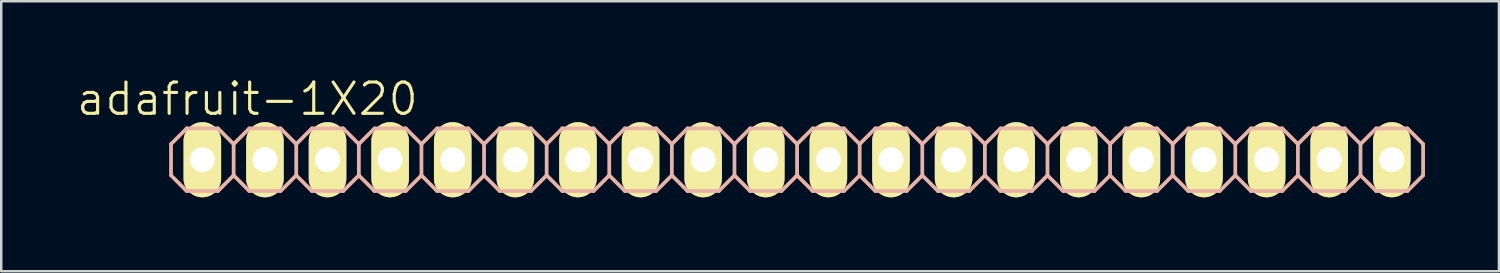
<source format=kicad_pcb>
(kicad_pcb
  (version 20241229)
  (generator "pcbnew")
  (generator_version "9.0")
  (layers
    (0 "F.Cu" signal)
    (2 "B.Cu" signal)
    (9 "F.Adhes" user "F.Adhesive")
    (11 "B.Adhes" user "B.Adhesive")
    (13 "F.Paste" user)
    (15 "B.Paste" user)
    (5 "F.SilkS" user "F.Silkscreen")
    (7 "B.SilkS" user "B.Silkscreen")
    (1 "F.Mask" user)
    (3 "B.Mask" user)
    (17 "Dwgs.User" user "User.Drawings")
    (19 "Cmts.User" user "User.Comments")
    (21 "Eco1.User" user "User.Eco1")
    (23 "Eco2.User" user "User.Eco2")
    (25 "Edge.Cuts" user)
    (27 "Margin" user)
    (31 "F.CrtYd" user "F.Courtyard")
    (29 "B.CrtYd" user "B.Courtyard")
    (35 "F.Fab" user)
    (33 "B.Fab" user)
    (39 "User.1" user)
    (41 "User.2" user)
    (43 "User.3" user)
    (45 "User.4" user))
  (footprint "adafruit-1X20"
    (layer "F.Cu")
    (at 29.289 3.43)
    (property "Reference" "adafruit-1X20" (at -22.301 -2.464 0) (layer "F.SilkS") (effects (font (size 1.27 1.27) (thickness 0.127))))
    (attr exclude_from_pos_files exclude_from_bom)
    (fp_line (start -24.384 -0.254) (end -23.876 -0.254) (stroke (width 0.066) (type solid)) (layer "F.SilkS"))
    (fp_line (start -24.384 0.254) (end -24.384 -0.254) (stroke (width 0.066) (type solid)) (layer "F.SilkS"))
    (fp_line (start -24.384 0.254) (end -23.876 0.254) (stroke (width 0.066) (type solid)) (layer "F.SilkS"))
    (fp_line (start -23.876 0.254) (end -23.876 -0.254) (stroke (width 0.066) (type solid)) (layer "F.SilkS"))
    (fp_line (start -21.844 -0.254) (end -21.336 -0.254) (stroke (width 0.066) (type solid)) (layer "F.SilkS"))
    (fp_line (start -21.844 0.254) (end -21.844 -0.254) (stroke (width 0.066) (type solid)) (layer "F.SilkS"))
    (fp_line (start -21.844 0.254) (end -21.336 0.254) (stroke (width 0.066) (type solid)) (layer "F.SilkS"))
    (fp_line (start -21.336 0.254) (end -21.336 -0.254) (stroke (width 0.066) (type solid)) (layer "F.SilkS"))
    (fp_line (start -19.304 -0.254) (end -18.796 -0.254) (stroke (width 0.066) (type solid)) (layer "F.SilkS"))
    (fp_line (start -19.304 0.254) (end -19.304 -0.254) (stroke (width 0.066) (type solid)) (layer "F.SilkS"))
    (fp_line (start -19.304 0.254) (end -18.796 0.254) (stroke (width 0.066) (type solid)) (layer "F.SilkS"))
    (fp_line (start -18.796 0.254) (end -18.796 -0.254) (stroke (width 0.066) (type solid)) (layer "F.SilkS"))
    (fp_line (start -16.764 -0.254) (end -16.256 -0.254) (stroke (width 0.066) (type solid)) (layer "F.SilkS"))
    (fp_line (start -16.764 0.254) (end -16.764 -0.254) (stroke (width 0.066) (type solid)) (layer "F.SilkS"))
    (fp_line (start -16.764 0.254) (end -16.256 0.254) (stroke (width 0.066) (type solid)) (layer "F.SilkS"))
    (fp_line (start -16.256 0.254) (end -16.256 -0.254) (stroke (width 0.066) (type solid)) (layer "F.SilkS"))
    (fp_line (start -14.224 -0.254) (end -13.716 -0.254) (stroke (width 0.066) (type solid)) (layer "F.SilkS"))
    (fp_line (start -14.224 0.254) (end -14.224 -0.254) (stroke (width 0.066) (type solid)) (layer "F.SilkS"))
    (fp_line (start -14.224 0.254) (end -13.716 0.254) (stroke (width 0.066) (type solid)) (layer "F.SilkS"))
    (fp_line (start -13.716 0.254) (end -13.716 -0.254) (stroke (width 0.066) (type solid)) (layer "F.SilkS"))
    (fp_line (start -11.684 -0.254) (end -11.176 -0.254) (stroke (width 0.066) (type solid)) (layer "F.SilkS"))
    (fp_line (start -11.684 0.254) (end -11.684 -0.254) (stroke (width 0.066) (type solid)) (layer "F.SilkS"))
    (fp_line (start -11.684 0.254) (end -11.176 0.254) (stroke (width 0.066) (type solid)) (layer "F.SilkS"))
    (fp_line (start -11.176 0.254) (end -11.176 -0.254) (stroke (width 0.066) (type solid)) (layer "F.SilkS"))
    (fp_line (start -9.144 -0.254) (end -8.636 -0.254) (stroke (width 0.066) (type solid)) (layer "F.SilkS"))
    (fp_line (start -9.144 0.254) (end -9.144 -0.254) (stroke (width 0.066) (type solid)) (layer "F.SilkS"))
    (fp_line (start -9.144 0.254) (end -8.636 0.254) (stroke (width 0.066) (type solid)) (layer "F.SilkS"))
    (fp_line (start -8.636 0.254) (end -8.636 -0.254) (stroke (width 0.066) (type solid)) (layer "F.SilkS"))
    (fp_line (start -6.604 -0.254) (end -6.096 -0.254) (stroke (width 0.066) (type solid)) (layer "F.SilkS"))
    (fp_line (start -6.604 0.254) (end -6.604 -0.254) (stroke (width 0.066) (type solid)) (layer "F.SilkS"))
    (fp_line (start -6.604 0.254) (end -6.096 0.254) (stroke (width 0.066) (type solid)) (layer "F.SilkS"))
    (fp_line (start -6.096 0.254) (end -6.096 -0.254) (stroke (width 0.066) (type solid)) (layer "F.SilkS"))
    (fp_line (start -4.064 -0.254) (end -3.556 -0.254) (stroke (width 0.066) (type solid)) (layer "F.SilkS"))
    (fp_line (start -4.064 0.254) (end -4.064 -0.254) (stroke (width 0.066) (type solid)) (layer "F.SilkS"))
    (fp_line (start -4.064 0.254) (end -3.556 0.254) (stroke (width 0.066) (type solid)) (layer "F.SilkS"))
    (fp_line (start -3.556 0.254) (end -3.556 -0.254) (stroke (width 0.066) (type solid)) (layer "F.SilkS"))
    (fp_line (start -1.524 -0.254) (end -1.016 -0.254) (stroke (width 0.066) (type solid)) (layer "F.SilkS"))
    (fp_line (start -1.524 0.254) (end -1.524 -0.254) (stroke (width 0.066) (type solid)) (layer "F.SilkS"))
    (fp_line (start -1.524 0.254) (end -1.016 0.254) (stroke (width 0.066) (type solid)) (layer "F.SilkS"))
    (fp_line (start -1.016 0.254) (end -1.016 -0.254) (stroke (width 0.066) (type solid)) (layer "F.SilkS"))
    (fp_line (start 1.016 -0.254) (end 1.524 -0.254) (stroke (width 0.066) (type solid)) (layer "F.SilkS"))
    (fp_line (start 1.016 0.254) (end 1.016 -0.254) (stroke (width 0.066) (type solid)) (layer "F.SilkS"))
    (fp_line (start 1.016 0.254) (end 1.524 0.254) (stroke (width 0.066) (type solid)) (layer "F.SilkS"))
    (fp_line (start 1.524 0.254) (end 1.524 -0.254) (stroke (width 0.066) (type solid)) (layer "F.SilkS"))
    (fp_line (start 3.556 -0.254) (end 4.064 -0.254) (stroke (width 0.066) (type solid)) (layer "F.SilkS"))
    (fp_line (start 3.556 0.254) (end 3.556 -0.254) (stroke (width 0.066) (type solid)) (layer "F.SilkS"))
    (fp_line (start 3.556 0.254) (end 4.064 0.254) (stroke (width 0.066) (type solid)) (layer "F.SilkS"))
    (fp_line (start 4.064 0.254) (end 4.064 -0.254) (stroke (width 0.066) (type solid)) (layer "F.SilkS"))
    (fp_line (start 6.096 -0.254) (end 6.604 -0.254) (stroke (width 0.066) (type solid)) (layer "F.SilkS"))
    (fp_line (start 6.096 0.254) (end 6.096 -0.254) (stroke (width 0.066) (type solid)) (layer "F.SilkS"))
    (fp_line (start 6.096 0.254) (end 6.604 0.254) (stroke (width 0.066) (type solid)) (layer "F.SilkS"))
    (fp_line (start 6.604 0.254) (end 6.604 -0.254) (stroke (width 0.066) (type solid)) (layer "F.SilkS"))
    (fp_line (start 8.636 -0.254) (end 9.144 -0.254) (stroke (width 0.066) (type solid)) (layer "F.SilkS"))
    (fp_line (start 8.636 0.254) (end 8.636 -0.254) (stroke (width 0.066) (type solid)) (layer "F.SilkS"))
    (fp_line (start 8.636 0.254) (end 9.144 0.254) (stroke (width 0.066) (type solid)) (layer "F.SilkS"))
    (fp_line (start 9.144 0.254) (end 9.144 -0.254) (stroke (width 0.066) (type solid)) (layer "F.SilkS"))
    (fp_line (start 11.176 -0.254) (end 11.684 -0.254) (stroke (width 0.066) (type solid)) (layer "F.SilkS"))
    (fp_line (start 11.176 0.254) (end 11.176 -0.254) (stroke (width 0.066) (type solid)) (layer "F.SilkS"))
    (fp_line (start 11.176 0.254) (end 11.684 0.254) (stroke (width 0.066) (type solid)) (layer "F.SilkS"))
    (fp_line (start 11.684 0.254) (end 11.684 -0.254) (stroke (width 0.066) (type solid)) (layer "F.SilkS"))
    (fp_line (start 13.716 -0.254) (end 14.224 -0.254) (stroke (width 0.066) (type solid)) (layer "F.SilkS"))
    (fp_line (start 13.716 0.254) (end 13.716 -0.254) (stroke (width 0.066) (type solid)) (layer "F.SilkS"))
    (fp_line (start 13.716 0.254) (end 14.224 0.254) (stroke (width 0.066) (type solid)) (layer "F.SilkS"))
    (fp_line (start 14.224 0.254) (end 14.224 -0.254) (stroke (width 0.066) (type solid)) (layer "F.SilkS"))
    (fp_line (start 16.256 -0.254) (end 16.764 -0.254) (stroke (width 0.066) (type solid)) (layer "F.SilkS"))
    (fp_line (start 16.256 0.254) (end 16.256 -0.254) (stroke (width 0.066) (type solid)) (layer "F.SilkS"))
    (fp_line (start 16.256 0.254) (end 16.764 0.254) (stroke (width 0.066) (type solid)) (layer "F.SilkS"))
    (fp_line (start 16.764 0.254) (end 16.764 -0.254) (stroke (width 0.066) (type solid)) (layer "F.SilkS"))
    (fp_line (start 18.796 -0.254) (end 19.304 -0.254) (stroke (width 0.066) (type solid)) (layer "F.SilkS"))
    (fp_line (start 18.796 0.254) (end 18.796 -0.254) (stroke (width 0.066) (type solid)) (layer "F.SilkS"))
    (fp_line (start 18.796 0.254) (end 19.304 0.254) (stroke (width 0.066) (type solid)) (layer "F.SilkS"))
    (fp_line (start 19.304 0.254) (end 19.304 -0.254) (stroke (width 0.066) (type solid)) (layer "F.SilkS"))
    (fp_line (start 21.336 -0.254) (end 21.844 -0.254) (stroke (width 0.066) (type solid)) (layer "F.SilkS"))
    (fp_line (start 21.336 0.254) (end 21.336 -0.254) (stroke (width 0.066) (type solid)) (layer "F.SilkS"))
    (fp_line (start 21.336 0.254) (end 21.844 0.254) (stroke (width 0.066) (type solid)) (layer "F.SilkS"))
    (fp_line (start 21.844 0.254) (end 21.844 -0.254) (stroke (width 0.066) (type solid)) (layer "F.SilkS"))
    (fp_line (start 23.876 -0.254) (end 24.384 -0.254) (stroke (width 0.066) (type solid)) (layer "F.SilkS"))
    (fp_line (start 23.876 0.254) (end 23.876 -0.254) (stroke (width 0.066) (type solid)) (layer "F.SilkS"))
    (fp_line (start 23.876 0.254) (end 24.384 0.254) (stroke (width 0.066) (type solid)) (layer "F.SilkS"))
    (fp_line (start 24.384 0.254) (end 24.384 -0.254) (stroke (width 0.066) (type solid)) (layer "F.SilkS"))
    (fp_line (start -25.4 -0.635) (end -25.4 0.635) (stroke (width 0.152) (type solid)) (layer "B.SilkS"))
    (fp_line (start -25.4 0.635) (end -24.765 1.27) (stroke (width 0.152) (type solid)) (layer "B.SilkS"))
    (fp_line (start -24.765 -1.27) (end -25.4 -0.635) (stroke (width 0.152) (type solid)) (layer "B.SilkS"))
    (fp_line (start -24.765 -1.27) (end -23.495 -1.27) (stroke (width 0.152) (type solid)) (layer "B.SilkS"))
    (fp_line (start -23.495 -1.27) (end -22.86 -0.635) (stroke (width 0.152) (type solid)) (layer "B.SilkS"))
    (fp_line (start -23.495 1.27) (end -24.765 1.27) (stroke (width 0.152) (type solid)) (layer "B.SilkS"))
    (fp_line (start -22.86 -0.635) (end -22.86 0.635) (stroke (width 0.152) (type solid)) (layer "B.SilkS"))
    (fp_line (start -22.86 -0.635) (end -22.225 -1.27) (stroke (width 0.152) (type solid)) (layer "B.SilkS"))
    (fp_line (start -22.86 0.635) (end -23.495 1.27) (stroke (width 0.152) (type solid)) (layer "B.SilkS"))
    (fp_line (start -22.225 -1.27) (end -20.955 -1.27) (stroke (width 0.152) (type solid)) (layer "B.SilkS"))
    (fp_line (start -22.225 1.27) (end -22.86 0.635) (stroke (width 0.152) (type solid)) (layer "B.SilkS"))
    (fp_line (start -20.955 -1.27) (end -20.32 -0.635) (stroke (width 0.152) (type solid)) (layer "B.SilkS"))
    (fp_line (start -20.955 1.27) (end -22.225 1.27) (stroke (width 0.152) (type solid)) (layer "B.SilkS"))
    (fp_line (start -20.32 -0.635) (end -20.32 0.635) (stroke (width 0.152) (type solid)) (layer "B.SilkS"))
    (fp_line (start -20.32 -0.635) (end -19.685 -1.27) (stroke (width 0.152) (type solid)) (layer "B.SilkS"))
    (fp_line (start -20.32 0.635) (end -20.955 1.27) (stroke (width 0.152) (type solid)) (layer "B.SilkS"))
    (fp_line (start -19.685 -1.27) (end -18.415 -1.27) (stroke (width 0.152) (type solid)) (layer "B.SilkS"))
    (fp_line (start -19.685 1.27) (end -20.32 0.635) (stroke (width 0.152) (type solid)) (layer "B.SilkS"))
    (fp_line (start -18.415 -1.27) (end -17.78 -0.635) (stroke (width 0.152) (type solid)) (layer "B.SilkS"))
    (fp_line (start -18.415 1.27) (end -19.685 1.27) (stroke (width 0.152) (type solid)) (layer "B.SilkS"))
    (fp_line (start -17.78 -0.635) (end -17.78 0.635) (stroke (width 0.152) (type solid)) (layer "B.SilkS"))
    (fp_line (start -17.78 0.635) (end -18.415 1.27) (stroke (width 0.152) (type solid)) (layer "B.SilkS"))
    (fp_line (start -17.78 0.635) (end -17.145 1.27) (stroke (width 0.152) (type solid)) (layer "B.SilkS"))
    (fp_line (start -17.145 -1.27) (end -17.78 -0.635) (stroke (width 0.152) (type solid)) (layer "B.SilkS"))
    (fp_line (start -17.145 -1.27) (end -15.875 -1.27) (stroke (width 0.152) (type solid)) (layer "B.SilkS"))
    (fp_line (start -15.875 -1.27) (end -15.24 -0.635) (stroke (width 0.152) (type solid)) (layer "B.SilkS"))
    (fp_line (start -15.875 1.27) (end -17.145 1.27) (stroke (width 0.152) (type solid)) (layer "B.SilkS"))
    (fp_line (start -15.24 -0.635) (end -15.24 0.635) (stroke (width 0.152) (type solid)) (layer "B.SilkS"))
    (fp_line (start -15.24 -0.635) (end -14.605 -1.27) (stroke (width 0.152) (type solid)) (layer "B.SilkS"))
    (fp_line (start -15.24 0.635) (end -15.875 1.27) (stroke (width 0.152) (type solid)) (layer "B.SilkS"))
    (fp_line (start -14.605 -1.27) (end -13.335 -1.27) (stroke (width 0.152) (type solid)) (layer "B.SilkS"))
    (fp_line (start -14.605 1.27) (end -15.24 0.635) (stroke (width 0.152) (type solid)) (layer "B.SilkS"))
    (fp_line (start -13.335 -1.27) (end -12.7 -0.635) (stroke (width 0.152) (type solid)) (layer "B.SilkS"))
    (fp_line (start -13.335 1.27) (end -14.605 1.27) (stroke (width 0.152) (type solid)) (layer "B.SilkS"))
    (fp_line (start -12.7 -0.635) (end -12.7 0.635) (stroke (width 0.152) (type solid)) (layer "B.SilkS"))
    (fp_line (start -12.7 -0.635) (end -12.065 -1.27) (stroke (width 0.152) (type solid)) (layer "B.SilkS"))
    (fp_line (start -12.7 0.635) (end -13.335 1.27) (stroke (width 0.152) (type solid)) (layer "B.SilkS"))
    (fp_line (start -12.065 -1.27) (end -10.795 -1.27) (stroke (width 0.152) (type solid)) (layer "B.SilkS"))
    (fp_line (start -12.065 1.27) (end -12.7 0.635) (stroke (width 0.152) (type solid)) (layer "B.SilkS"))
    (fp_line (start -10.795 -1.27) (end -10.16 -0.635) (stroke (width 0.152) (type solid)) (layer "B.SilkS"))
    (fp_line (start -10.795 1.27) (end -12.065 1.27) (stroke (width 0.152) (type solid)) (layer "B.SilkS"))
    (fp_line (start -10.16 -0.635) (end -10.16 0.635) (stroke (width 0.152) (type solid)) (layer "B.SilkS"))
    (fp_line (start -10.16 0.635) (end -10.795 1.27) (stroke (width 0.152) (type solid)) (layer "B.SilkS"))
    (fp_line (start -10.16 0.635) (end -9.525 1.27) (stroke (width 0.152) (type solid)) (layer "B.SilkS"))
    (fp_line (start -9.525 -1.27) (end -10.16 -0.635) (stroke (width 0.152) (type solid)) (layer "B.SilkS"))
    (fp_line (start -9.525 -1.27) (end -8.255 -1.27) (stroke (width 0.152) (type solid)) (layer "B.SilkS"))
    (fp_line (start -8.255 -1.27) (end -7.62 -0.635) (stroke (width 0.152) (type solid)) (layer "B.SilkS"))
    (fp_line (start -8.255 1.27) (end -9.525 1.27) (stroke (width 0.152) (type solid)) (layer "B.SilkS"))
    (fp_line (start -7.62 -0.635) (end -7.62 0.635) (stroke (width 0.152) (type solid)) (layer "B.SilkS"))
    (fp_line (start -7.62 -0.635) (end -6.985 -1.27) (stroke (width 0.152) (type solid)) (layer "B.SilkS"))
    (fp_line (start -7.62 0.635) (end -8.255 1.27) (stroke (width 0.152) (type solid)) (layer "B.SilkS"))
    (fp_line (start -6.985 -1.27) (end -5.715 -1.27) (stroke (width 0.152) (type solid)) (layer "B.SilkS"))
    (fp_line (start -6.985 1.27) (end -7.62 0.635) (stroke (width 0.152) (type solid)) (layer "B.SilkS"))
    (fp_line (start -5.715 -1.27) (end -5.08 -0.635) (stroke (width 0.152) (type solid)) (layer "B.SilkS"))
    (fp_line (start -5.715 1.27) (end -6.985 1.27) (stroke (width 0.152) (type solid)) (layer "B.SilkS"))
    (fp_line (start -5.08 -0.635) (end -5.08 0.635) (stroke (width 0.152) (type solid)) (layer "B.SilkS"))
    (fp_line (start -5.08 -0.635) (end -4.445 -1.27) (stroke (width 0.152) (type solid)) (layer "B.SilkS"))
    (fp_line (start -5.08 0.635) (end -5.715 1.27) (stroke (width 0.152) (type solid)) (layer "B.SilkS"))
    (fp_line (start -4.445 -1.27) (end -3.175 -1.27) (stroke (width 0.152) (type solid)) (layer "B.SilkS"))
    (fp_line (start -4.445 1.27) (end -5.08 0.635) (stroke (width 0.152) (type solid)) (layer "B.SilkS"))
    (fp_line (start -3.175 -1.27) (end -2.54 -0.635) (stroke (width 0.152) (type solid)) (layer "B.SilkS"))
    (fp_line (start -3.175 1.27) (end -4.445 1.27) (stroke (width 0.152) (type solid)) (layer "B.SilkS"))
    (fp_line (start -2.54 -0.635) (end -2.54 0.635) (stroke (width 0.152) (type solid)) (layer "B.SilkS"))
    (fp_line (start -2.54 0.635) (end -3.175 1.27) (stroke (width 0.152) (type solid)) (layer "B.SilkS"))
    (fp_line (start -2.54 0.635) (end -1.905 1.27) (stroke (width 0.152) (type solid)) (layer "B.SilkS"))
    (fp_line (start -1.905 -1.27) (end -2.54 -0.635) (stroke (width 0.152) (type solid)) (layer "B.SilkS"))
    (fp_line (start -1.905 -1.27) (end -0.635 -1.27) (stroke (width 0.152) (type solid)) (layer "B.SilkS"))
    (fp_line (start -0.635 -1.27) (end 0 -0.635) (stroke (width 0.152) (type solid)) (layer "B.SilkS"))
    (fp_line (start -0.635 1.27) (end -1.905 1.27) (stroke (width 0.152) (type solid)) (layer "B.SilkS"))
    (fp_line (start 0 -0.635) (end 0 0.635) (stroke (width 0.152) (type solid)) (layer "B.SilkS"))
    (fp_line (start 0 -0.635) (end 0.635 -1.27) (stroke (width 0.152) (type solid)) (layer "B.SilkS"))
    (fp_line (start 0 0.635) (end -0.635 1.27) (stroke (width 0.152) (type solid)) (layer "B.SilkS"))
    (fp_line (start 0.635 -1.27) (end 1.905 -1.27) (stroke (width 0.152) (type solid)) (layer "B.SilkS"))
    (fp_line (start 0.635 1.27) (end 0 0.635) (stroke (width 0.152) (type solid)) (layer "B.SilkS"))
    (fp_line (start 1.905 -1.27) (end 2.54 -0.635) (stroke (width 0.152) (type solid)) (layer "B.SilkS"))
    (fp_line (start 1.905 1.27) (end 0.635 1.27) (stroke (width 0.152) (type solid)) (layer "B.SilkS"))
    (fp_line (start 2.54 -0.635) (end 2.54 0.635) (stroke (width 0.152) (type solid)) (layer "B.SilkS"))
    (fp_line (start 2.54 -0.635) (end 3.175 -1.27) (stroke (width 0.152) (type solid)) (layer "B.SilkS"))
    (fp_line (start 2.54 0.635) (end 1.905 1.27) (stroke (width 0.152) (type solid)) (layer "B.SilkS"))
    (fp_line (start 3.175 -1.27) (end 4.445 -1.27) (stroke (width 0.152) (type solid)) (layer "B.SilkS"))
    (fp_line (start 3.175 1.27) (end 2.54 0.635) (stroke (width 0.152) (type solid)) (layer "B.SilkS"))
    (fp_line (start 4.445 -1.27) (end 5.08 -0.635) (stroke (width 0.152) (type solid)) (layer "B.SilkS"))
    (fp_line (start 4.445 1.27) (end 3.175 1.27) (stroke (width 0.152) (type solid)) (layer "B.SilkS"))
    (fp_line (start 5.08 -0.635) (end 5.08 0.635) (stroke (width 0.152) (type solid)) (layer "B.SilkS"))
    (fp_line (start 5.08 0.635) (end 4.445 1.27) (stroke (width 0.152) (type solid)) (layer "B.SilkS"))
    (fp_line (start 5.08 0.635) (end 5.715 1.27) (stroke (width 0.152) (type solid)) (layer "B.SilkS"))
    (fp_line (start 5.715 -1.27) (end 5.08 -0.635) (stroke (width 0.152) (type solid)) (layer "B.SilkS"))
    (fp_line (start 5.715 -1.27) (end 6.985 -1.27) (stroke (width 0.152) (type solid)) (layer "B.SilkS"))
    (fp_line (start 6.985 -1.27) (end 7.62 -0.635) (stroke (width 0.152) (type solid)) (layer "B.SilkS"))
    (fp_line (start 6.985 1.27) (end 5.715 1.27) (stroke (width 0.152) (type solid)) (layer "B.SilkS"))
    (fp_line (start 7.62 -0.635) (end 7.62 0.635) (stroke (width 0.152) (type solid)) (layer "B.SilkS"))
    (fp_line (start 7.62 -0.635) (end 8.255 -1.27) (stroke (width 0.152) (type solid)) (layer "B.SilkS"))
    (fp_line (start 7.62 0.635) (end 6.985 1.27) (stroke (width 0.152) (type solid)) (layer "B.SilkS"))
    (fp_line (start 8.255 -1.27) (end 9.525 -1.27) (stroke (width 0.152) (type solid)) (layer "B.SilkS"))
    (fp_line (start 8.255 1.27) (end 7.62 0.635) (stroke (width 0.152) (type solid)) (layer "B.SilkS"))
    (fp_line (start 9.525 -1.27) (end 10.16 -0.635) (stroke (width 0.152) (type solid)) (layer "B.SilkS"))
    (fp_line (start 9.525 1.27) (end 8.255 1.27) (stroke (width 0.152) (type solid)) (layer "B.SilkS"))
    (fp_line (start 10.16 -0.635) (end 10.16 0.635) (stroke (width 0.152) (type solid)) (layer "B.SilkS"))
    (fp_line (start 10.16 -0.635) (end 10.795 -1.27) (stroke (width 0.152) (type solid)) (layer "B.SilkS"))
    (fp_line (start 10.16 0.635) (end 9.525 1.27) (stroke (width 0.152) (type solid)) (layer "B.SilkS"))
    (fp_line (start 10.795 -1.27) (end 12.065 -1.27) (stroke (width 0.152) (type solid)) (layer "B.SilkS"))
    (fp_line (start 10.795 1.27) (end 10.16 0.635) (stroke (width 0.152) (type solid)) (layer "B.SilkS"))
    (fp_line (start 12.065 -1.27) (end 12.7 -0.635) (stroke (width 0.152) (type solid)) (layer "B.SilkS"))
    (fp_line (start 12.065 1.27) (end 10.795 1.27) (stroke (width 0.152) (type solid)) (layer "B.SilkS"))
    (fp_line (start 12.7 -0.635) (end 12.7 0.635) (stroke (width 0.152) (type solid)) (layer "B.SilkS"))
    (fp_line (start 12.7 0.635) (end 12.065 1.27) (stroke (width 0.152) (type solid)) (layer "B.SilkS"))
    (fp_line (start 12.7 0.635) (end 13.335 1.27) (stroke (width 0.152) (type solid)) (layer "B.SilkS"))
    (fp_line (start 13.335 -1.27) (end 12.7 -0.635) (stroke (width 0.152) (type solid)) (layer "B.SilkS"))
    (fp_line (start 13.335 -1.27) (end 14.605 -1.27) (stroke (width 0.152) (type solid)) (layer "B.SilkS"))
    (fp_line (start 14.605 -1.27) (end 15.24 -0.635) (stroke (width 0.152) (type solid)) (layer "B.SilkS"))
    (fp_line (start 14.605 1.27) (end 13.335 1.27) (stroke (width 0.152) (type solid)) (layer "B.SilkS"))
    (fp_line (start 15.24 -0.635) (end 15.24 0.635) (stroke (width 0.152) (type solid)) (layer "B.SilkS"))
    (fp_line (start 15.24 -0.635) (end 15.875 -1.27) (stroke (width 0.152) (type solid)) (layer "B.SilkS"))
    (fp_line (start 15.24 0.635) (end 14.605 1.27) (stroke (width 0.152) (type solid)) (layer "B.SilkS"))
    (fp_line (start 15.875 -1.27) (end 17.145 -1.27) (stroke (width 0.152) (type solid)) (layer "B.SilkS"))
    (fp_line (start 15.875 1.27) (end 15.24 0.635) (stroke (width 0.152) (type solid)) (layer "B.SilkS"))
    (fp_line (start 17.145 -1.27) (end 17.78 -0.635) (stroke (width 0.152) (type solid)) (layer "B.SilkS"))
    (fp_line (start 17.145 1.27) (end 15.875 1.27) (stroke (width 0.152) (type solid)) (layer "B.SilkS"))
    (fp_line (start 17.78 -0.635) (end 17.78 0.635) (stroke (width 0.152) (type solid)) (layer "B.SilkS"))
    (fp_line (start 17.78 -0.635) (end 18.415 -1.27) (stroke (width 0.152) (type solid)) (layer "B.SilkS"))
    (fp_line (start 17.78 0.635) (end 17.145 1.27) (stroke (width 0.152) (type solid)) (layer "B.SilkS"))
    (fp_line (start 18.415 -1.27) (end 19.685 -1.27) (stroke (width 0.152) (type solid)) (layer "B.SilkS"))
    (fp_line (start 18.415 1.27) (end 17.78 0.635) (stroke (width 0.152) (type solid)) (layer "B.SilkS"))
    (fp_line (start 19.685 -1.27) (end 20.32 -0.635) (stroke (width 0.152) (type solid)) (layer "B.SilkS"))
    (fp_line (start 19.685 1.27) (end 18.415 1.27) (stroke (width 0.152) (type solid)) (layer "B.SilkS"))
    (fp_line (start 20.32 -0.635) (end 20.32 0.635) (stroke (width 0.152) (type solid)) (layer "B.SilkS"))
    (fp_line (start 20.32 0.635) (end 19.685 1.27) (stroke (width 0.152) (type solid)) (layer "B.SilkS"))
    (fp_line (start 20.32 0.635) (end 20.955 1.27) (stroke (width 0.152) (type solid)) (layer "B.SilkS"))
    (fp_line (start 20.955 -1.27) (end 20.32 -0.635) (stroke (width 0.152) (type solid)) (layer "B.SilkS"))
    (fp_line (start 20.955 -1.27) (end 22.225 -1.27) (stroke (width 0.152) (type solid)) (layer "B.SilkS"))
    (fp_line (start 22.225 -1.27) (end 22.86 -0.635) (stroke (width 0.152) (type solid)) (layer "B.SilkS"))
    (fp_line (start 22.225 1.27) (end 20.955 1.27) (stroke (width 0.152) (type solid)) (layer "B.SilkS"))
    (fp_line (start 22.86 -0.635) (end 22.86 0.635) (stroke (width 0.152) (type solid)) (layer "B.SilkS"))
    (fp_line (start 22.86 0.635) (end 22.225 1.27) (stroke (width 0.152) (type solid)) (layer "B.SilkS"))
    (fp_line (start 22.86 0.635) (end 23.495 1.27) (stroke (width 0.152) (type solid)) (layer "B.SilkS"))
    (fp_line (start 23.495 -1.27) (end 22.86 -0.635) (stroke (width 0.152) (type solid)) (layer "B.SilkS"))
    (fp_line (start 23.495 -1.27) (end 24.765 -1.27) (stroke (width 0.152) (type solid)) (layer "B.SilkS"))
    (fp_line (start 24.765 -1.27) (end 25.4 -0.635) (stroke (width 0.152) (type solid)) (layer "B.SilkS"))
    (fp_line (start 24.765 1.27) (end 23.495 1.27) (stroke (width 0.152) (type solid)) (layer "B.SilkS"))
    (fp_line (start 25.4 -0.635) (end 25.4 0.635) (stroke (width 0.152) (type solid)) (layer "B.SilkS"))
    (fp_line (start 25.4 0.635) (end 24.765 1.27) (stroke (width 0.152) (type solid)) (layer "B.SilkS"))
    (pad "1" thru_hole oval (at -24.13 0 180) (size 1.524 3.048) (drill 1.016) (layers "*.Cu" "F.Mask" "F.SilkS" "F.Paste"))
    (pad "2" thru_hole oval (at -21.59 0 180) (size 1.524 3.048) (drill 1.016) (layers "*.Cu" "F.Mask" "F.SilkS" "F.Paste"))
    (pad "3" thru_hole oval (at -19.05 0 180) (size 1.524 3.048) (drill 1.016) (layers "*.Cu" "F.Mask" "F.SilkS" "F.Paste"))
    (pad "4" thru_hole oval (at -16.51 0 180) (size 1.524 3.048) (drill 1.016) (layers "*.Cu" "F.Mask" "F.SilkS" "F.Paste"))
    (pad "5" thru_hole oval (at -13.97 0 180) (size 1.524 3.048) (drill 1.016) (layers "*.Cu" "F.Mask" "F.SilkS" "F.Paste"))
    (pad "6" thru_hole oval (at -11.43 0 180) (size 1.524 3.048) (drill 1.016) (layers "*.Cu" "F.Mask" "F.SilkS" "F.Paste"))
    (pad "7" thru_hole oval (at -8.89 0 180) (size 1.524 3.048) (drill 1.016) (layers "*.Cu" "F.Mask" "F.SilkS" "F.Paste"))
    (pad "8" thru_hole oval (at -6.35 0 180) (size 1.524 3.048) (drill 1.016) (layers "*.Cu" "F.Mask" "F.SilkS" "F.Paste"))
    (pad "9" thru_hole oval (at -3.81 0 180) (size 1.524 3.048) (drill 1.016) (layers "*.Cu" "F.Mask" "F.SilkS" "F.Paste"))
    (pad "10" thru_hole oval (at -1.27 0 180) (size 1.524 3.048) (drill 1.016) (layers "*.Cu" "F.Mask" "F.SilkS" "F.Paste"))
    (pad "11" thru_hole oval (at 1.27 0 180) (size 1.524 3.048) (drill 1.016) (layers "*.Cu" "F.Mask" "F.SilkS" "F.Paste"))
    (pad "12" thru_hole oval (at 3.81 0 180) (size 1.524 3.048) (drill 1.016) (layers "*.Cu" "F.Mask" "F.SilkS" "F.Paste"))
    (pad "13" thru_hole oval (at 6.35 0 180) (size 1.524 3.048) (drill 1.016) (layers "*.Cu" "F.Mask" "F.SilkS" "F.Paste"))
    (pad "14" thru_hole oval (at 8.89 0 180) (size 1.524 3.048) (drill 1.016) (layers "*.Cu" "F.Mask" "F.SilkS" "F.Paste"))
    (pad "15" thru_hole oval (at 11.43 0 180) (size 1.524 3.048) (drill 1.016) (layers "*.Cu" "F.Mask" "F.SilkS" "F.Paste"))
    (pad "16" thru_hole oval (at 13.97 0 180) (size 1.524 3.048) (drill 1.016) (layers "*.Cu" "F.Mask" "F.SilkS" "F.Paste"))
    (pad "17" thru_hole oval (at 16.51 0 180) (size 1.524 3.048) (drill 1.016) (layers "*.Cu" "F.Mask" "F.SilkS" "F.Paste"))
    (pad "18" thru_hole oval (at 19.05 0 180) (size 1.524 3.048) (drill 1.016) (layers "*.Cu" "F.Mask" "F.SilkS" "F.Paste"))
    (pad "19" thru_hole oval (at 21.59 0 180) (size 1.524 3.048) (drill 1.016) (layers "*.Cu" "F.Mask" "F.SilkS" "F.Paste"))
    (pad "20" thru_hole oval (at 24.13 0 180) (size 1.524 3.048) (drill 1.016) (layers "*.Cu" "F.Mask" "F.SilkS" "F.Paste")))
  (gr_rect
    (start -3 -3)
    (end 57.765 7.954)
    (stroke (width 0.1) (type default))
    (fill no)
    (layer "Edge.Cuts")))
</source>
